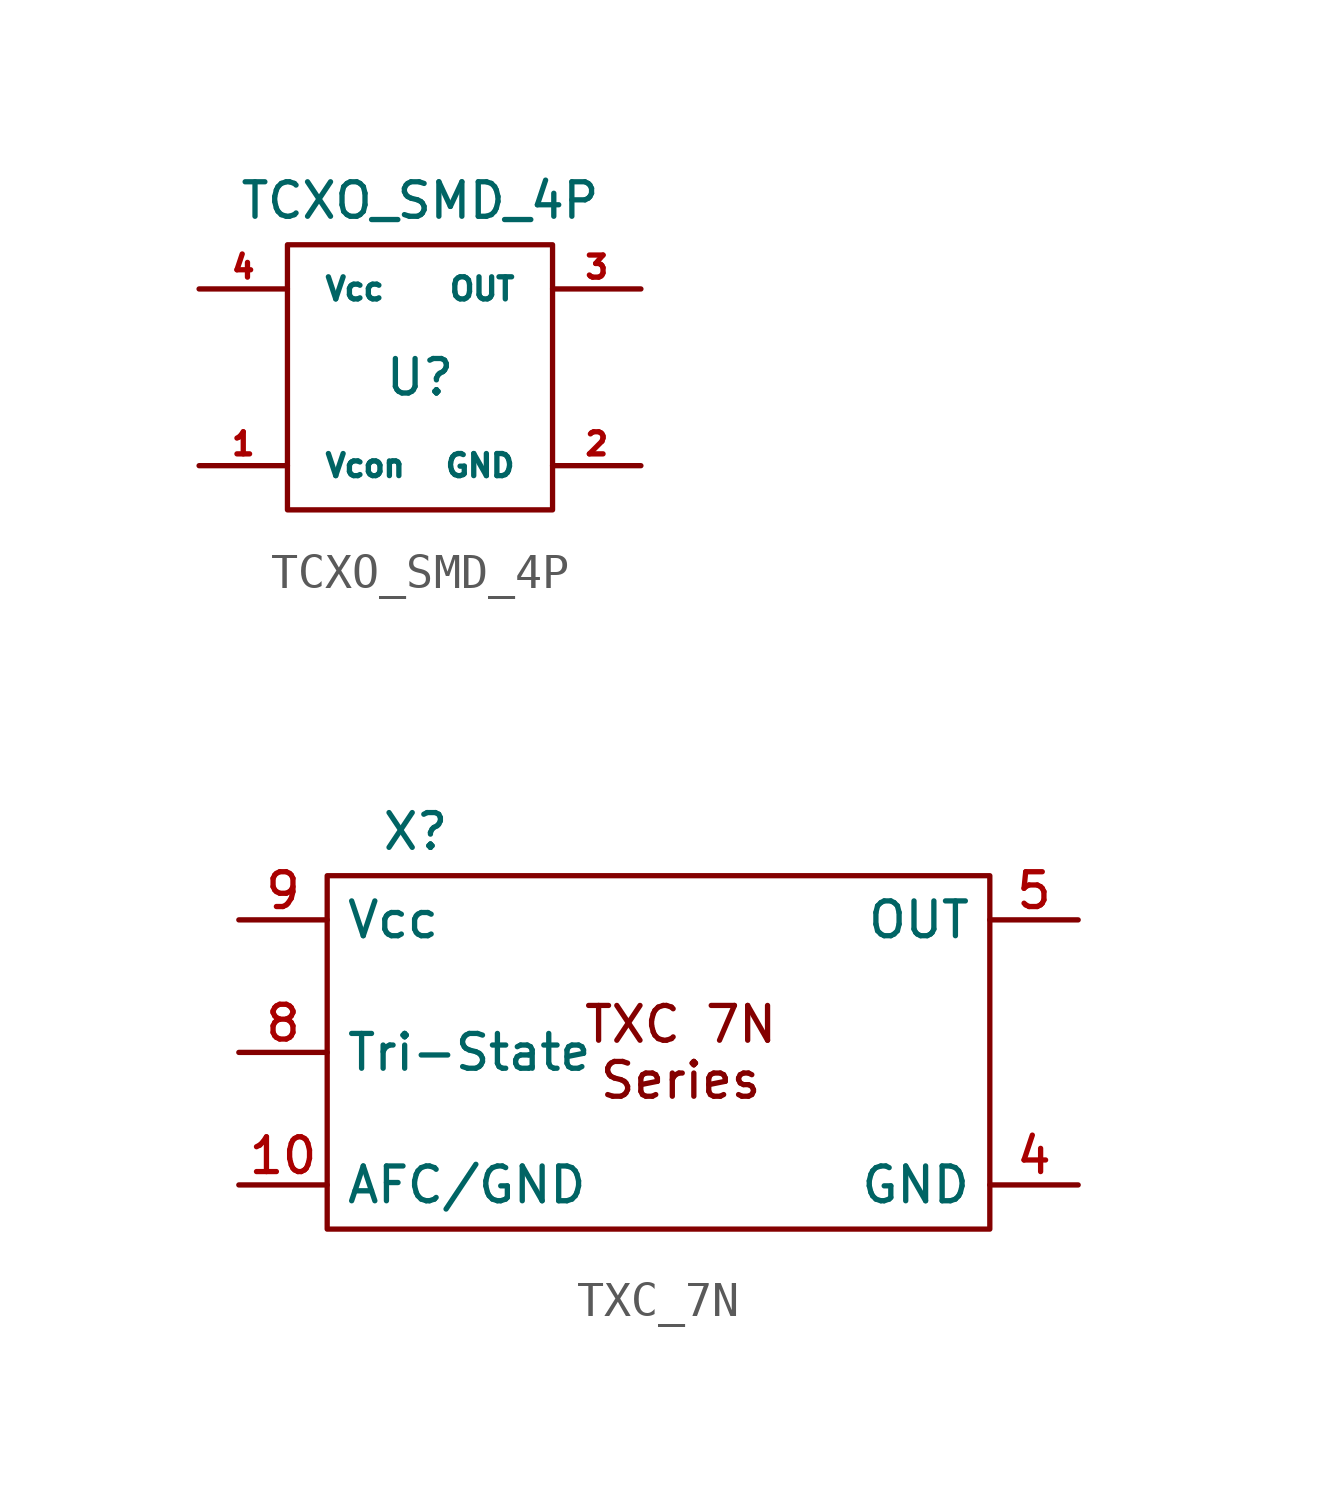
<source format=kicad_sym>
(kicad_symbol_lib
  (version 20220914)
  (generator kicad_symbol_editor)
  (symbol "TCXO_SMD_4P"
    (pin_names
      (offset 1.016))
    (property "Reference" "U"
      (at 0 0 0)
      (effects (font (size 0.991 0.991))))
    (property "Value" "TCXO_SMD_4P"
      (at 0 5.08 0)
      (effects (font (size 0.991 0.991))))
    (property "Footprint" ""
      (at 0 0 0)
      (effects (font (size 0.991 0.991))))
    (property "Datasheet" ""
      (at 0 0 0)
      (effects (font (size 0.991 0.991))))
    (symbol "TCXO_SMD_4P_0_1"
      (rectangle (start -3.81 3.81) (end 3.81 -3.81) (stroke (width 0) (type solid)) (fill (type none))))
    (symbol "TCXO_SMD_4P_1_1"
      (pin input line (at -6.35 -2.54 0) (length 2.54) (name "Vcon" (effects (font (size 0.635 0.635)))) (number "1" (effects (font (size 0.635 0.635)))))
      (pin power_in line (at 6.35 -2.54 180) (length 2.54) (name "GND" (effects (font (size 0.635 0.635)))) (number "2" (effects (font (size 0.635 0.635)))))
      (pin output line (at 6.35 2.54 180) (length 2.54) (name "OUT" (effects (font (size 0.635 0.635)))) (number "3" (effects (font (size 0.635 0.635)))))
      (pin power_in line (at -6.35 2.54 0) (length 2.54) (name "Vcc" (effects (font (size 0.635 0.635)))) (number "4" (effects (font (size 0.635 0.635)))))))
  (symbol "TXC_7N"
    (property "Reference" "X"
      (at -7.62 6.35 0)
      (effects (font (size 1 1))))
    (property "Value" ""
      (at 0 0 0)
      (effects (font (size 1.27 1.27))))
    (symbol "TXC_7N_0_1"
      (rectangle (start -10.16 5.08) (end 8.89 -5.08) (stroke (width 0) (type default)) (fill (type none))))
    (symbol "TXC_7N_1_1"
      (text "TXC 7N\nSeries" (at 0 0 0) (effects (font (size 1 1))))
      (pin no_connect line (at 0 -5.08 90) (length 0) hide (name "NC" (effects (font (size 1 1)))) (number "1" (effects (font (size 1 1)))))
      (pin input line (at -12.7 -3.81 0) (length 2.54) (name "AFC/GND" (effects (font (size 1 1)))) (number "10" (effects (font (size 1 1)))))
      (pin no_connect line (at 0 -5.08 90) (length 0) hide (name "NC" (effects (font (size 1 1)))) (number "2" (effects (font (size 1 1)))))
      (pin no_connect line (at 0 -5.08 90) (length 0) hide (name "NC" (effects (font (size 1 1)))) (number "3" (effects (font (size 1 1)))))
      (pin power_in line (at 11.43 -3.81 180) (length 2.54) (name "GND" (effects (font (size 1 1)))) (number "4" (effects (font (size 1 1)))))
      (pin output line (at 11.43 3.81 180) (length 2.54) (name "OUT" (effects (font (size 1 1)))) (number "5" (effects (font (size 1 1)))))
      (pin no_connect line (at 0 -5.08 90) (length 0) hide (name "NC" (effects (font (size 1 1)))) (number "6" (effects (font (size 1 1)))))
      (pin no_connect line (at 0 -5.08 90) (length 0) hide (name "NC" (effects (font (size 1 1)))) (number "7" (effects (font (size 1 1)))))
      (pin input line (at -12.7 0 0) (length 2.54) (name "Tri-State" (effects (font (size 1 1)))) (number "8" (effects (font (size 1 1)))))
      (pin power_in line (at -12.7 3.81 0) (length 2.54) (name "Vcc" (effects (font (size 1 1)))) (number "9" (effects (font (size 1 1))))))))
</source>
